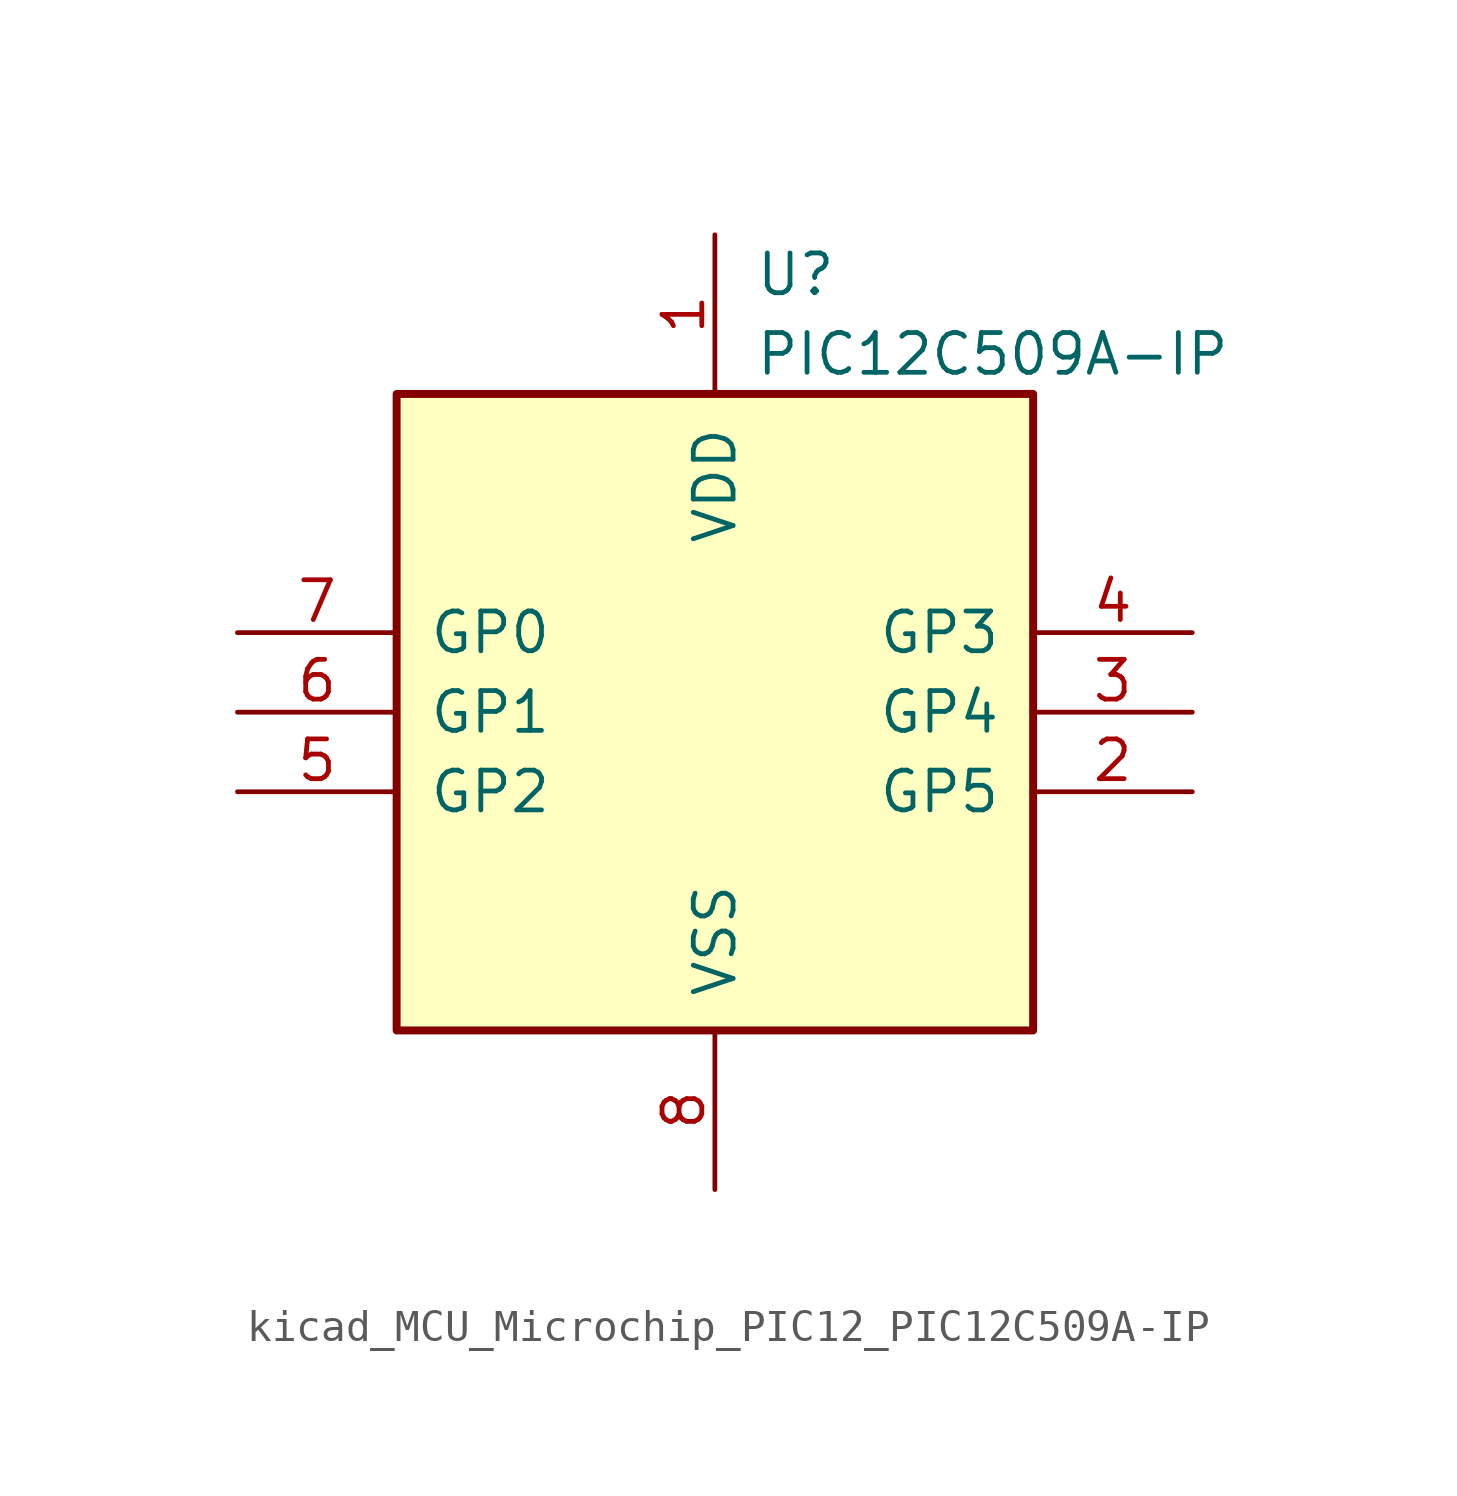
<source format=kicad_sym>
(kicad_symbol_lib
  (version 20220914)
  (generator kicad_symbol_editor)
  (symbol "kicad_MCU_Microchip_PIC12_PIC12C509A-IP"
    (pin_names
      (offset 1.016))
    (property "Reference" "U"
      (at 1.27 13.97 0)
      (effects (font (size 1.27 1.27)) (justify left)))
    (property "Value" "PIC12C509A-IP"
      (at 1.27 11.43 0)
      (effects (font (size 1.27 1.27)) (justify left)))
    (symbol "kicad_MCU_Microchip_PIC12_PIC12C509A-IP_0_1"
      (rectangle (start 10.16 -10.16) (end -10.16 10.16) (stroke (width 0.254) (type default)) (fill (type background))))
    (symbol "kicad_MCU_Microchip_PIC12_PIC12C509A-IP_1_1"
      (pin power_in line (at 0 15.24 270) (length 5.08) (name "VDD" (effects (font (size 1.27 1.27)))) (number "1" (effects (font (size 1.27 1.27)))))
      (pin bidirectional line (at 15.24 -2.54 180) (length 5.08) (name "GP5" (effects (font (size 1.27 1.27)))) (number "2" (effects (font (size 1.27 1.27)))))
      (pin bidirectional line (at 15.24 0 180) (length 5.08) (name "GP4" (effects (font (size 1.27 1.27)))) (number "3" (effects (font (size 1.27 1.27)))))
      (pin input line (at 15.24 2.54 180) (length 5.08) (name "GP3" (effects (font (size 1.27 1.27)))) (number "4" (effects (font (size 1.27 1.27)))))
      (pin bidirectional line (at -15.24 -2.54 0) (length 5.08) (name "GP2" (effects (font (size 1.27 1.27)))) (number "5" (effects (font (size 1.27 1.27)))))
      (pin bidirectional line (at -15.24 0 0) (length 5.08) (name "GP1" (effects (font (size 1.27 1.27)))) (number "6" (effects (font (size 1.27 1.27)))))
      (pin bidirectional line (at -15.24 2.54 0) (length 5.08) (name "GP0" (effects (font (size 1.27 1.27)))) (number "7" (effects (font (size 1.27 1.27)))))
      (pin power_in line (at 0 -15.24 90) (length 5.08) (name "VSS" (effects (font (size 1.27 1.27)))) (number "8" (effects (font (size 1.27 1.27))))))))
</source>
